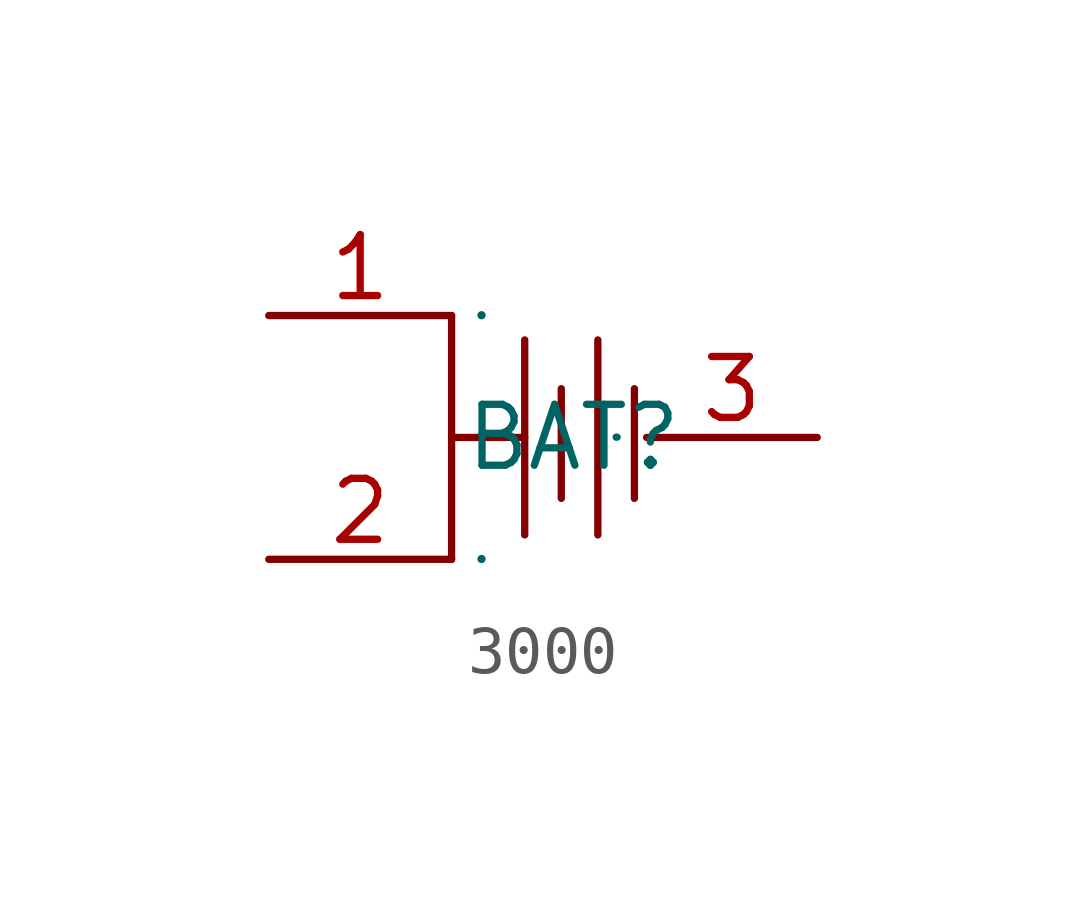
<source format=kicad_sym>
(kicad_symbol_lib
  (version 20241209)
  (generator "kicad_symbol_editor")
  (generator_version "9.0")
  (symbol "3000"
    (property "Reference" "BAT"
      (at 0 0 0)
      (effects (font (size 1.27 1.27))))
    (property "Value" ""
      (at 0 0 0)
      (effects (font (size 1.27 1.27))))
    (symbol "3000_1_0"
      (polyline (pts (xy -2.54 2.54) (xy -2.54 -2.54)) (stroke (width 0) (type default)) (fill (type none)))
      (polyline (pts (xy -2.54 0) (xy -1.016 0)) (stroke (width 0) (type default)) (fill (type none)))
      (polyline (pts (xy -1.016 2.032) (xy -1.016 -2.032)) (stroke (width 0) (type default)) (fill (type none)))
      (polyline (pts (xy -0.254 1.016) (xy -0.254 -1.27)) (stroke (width 0) (type default)) (fill (type none)))
      (polyline (pts (xy 0.508 2.032) (xy 0.508 -2.032)) (stroke (width 0) (type default)) (fill (type none)))
      (polyline (pts (xy 1.27 1.016) (xy 1.27 -1.27)) (stroke (width 0) (type default)) (fill (type none)))
      (pin input line (at -6.35 2.54 0) (length 3.81) (name "+" (effects (font (size 0.025 0.025)))) (number "1" (effects (font (size 1.27 1.27)))))
      (pin input line (at -6.35 -2.54 0) (length 3.81) (name "+" (effects (font (size 0.025 0.025)))) (number "2" (effects (font (size 1.27 1.27)))))
      (pin input line (at 5.08 0 180) (length 3.556) (name "-" (effects (font (size 0.025 0.025)))) (number "3" (effects (font (size 1.27 1.27))))))))
</source>
